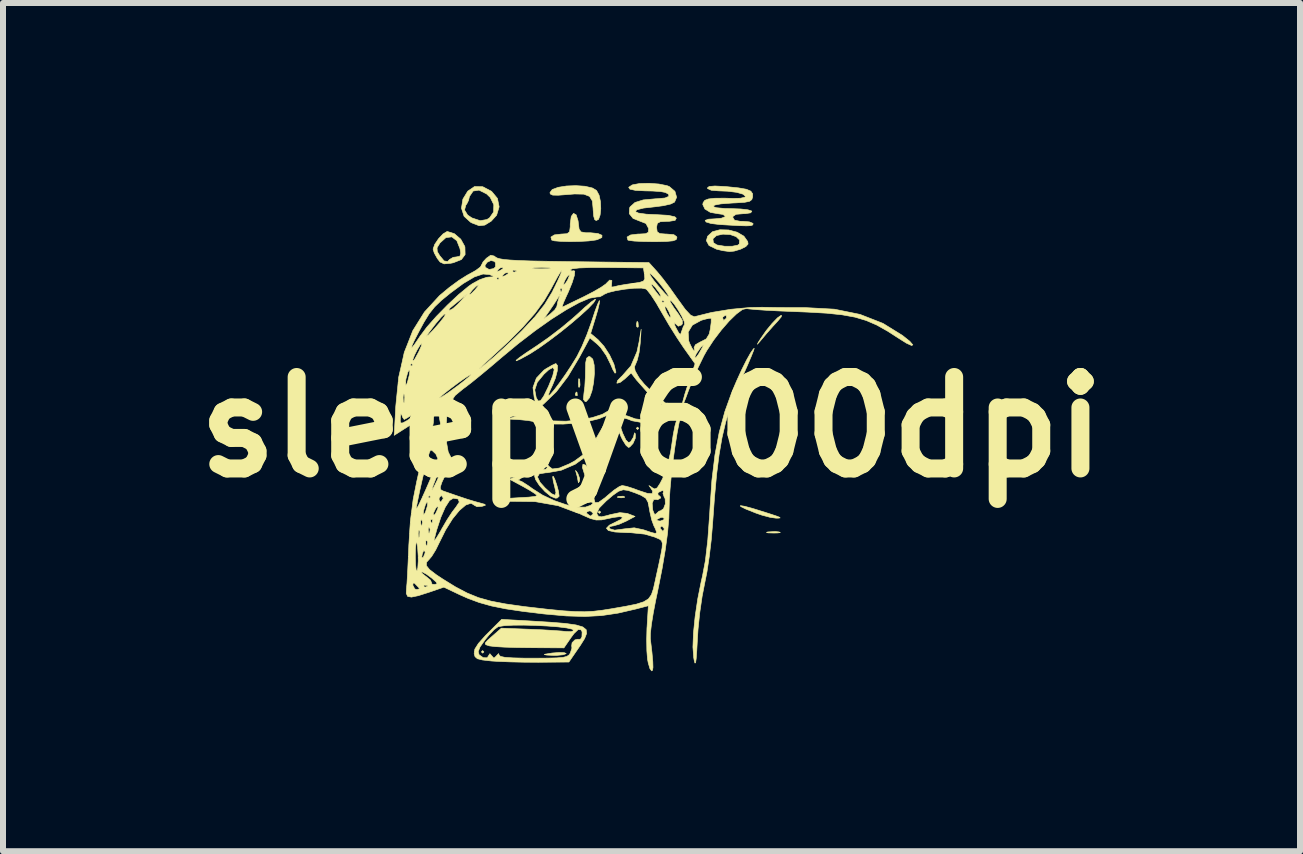
<source format=kicad_pcb>
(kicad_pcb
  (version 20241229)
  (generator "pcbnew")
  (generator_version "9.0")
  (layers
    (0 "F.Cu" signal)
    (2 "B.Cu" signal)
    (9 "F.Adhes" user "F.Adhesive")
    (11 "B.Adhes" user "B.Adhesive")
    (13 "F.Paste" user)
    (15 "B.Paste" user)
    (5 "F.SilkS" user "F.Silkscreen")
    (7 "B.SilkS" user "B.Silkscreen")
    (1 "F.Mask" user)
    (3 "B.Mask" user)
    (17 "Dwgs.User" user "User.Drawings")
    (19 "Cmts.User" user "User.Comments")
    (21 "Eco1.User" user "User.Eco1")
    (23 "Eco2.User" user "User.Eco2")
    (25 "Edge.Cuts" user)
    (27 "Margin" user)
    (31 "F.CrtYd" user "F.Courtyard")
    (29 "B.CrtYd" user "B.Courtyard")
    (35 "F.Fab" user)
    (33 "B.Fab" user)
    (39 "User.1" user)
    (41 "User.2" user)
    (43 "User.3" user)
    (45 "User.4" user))
  (footprint "sleepy600dpi"
    (layer "F.Cu")
    (at 7.809 4.068)
    (property "Reference" "sleepy600dpi" (at 0 0 0) (layer "F.SilkS") (effects (font (size 1.524 1.524) (thickness 0.3))))
    (attr through_hole)
    (fp_poly (pts (xy -2.794 3.747) (xy -2.815 3.768) (xy -2.836 3.747) (xy -2.815 3.725) (xy -2.794 3.747)) (stroke (width 0.01) (type solid)) (fill yes) (layer "F.SilkS"))
    (fp_poly (pts (xy -0.847 1.418) (xy -0.868 1.439) (xy -0.889 1.418) (xy -0.868 1.397) (xy -0.847 1.418)) (stroke (width 0.01) (type solid)) (fill yes) (layer "F.SilkS"))
    (fp_poly (pts (xy -0.212 0.021) (xy -0.233 0.042) (xy -0.254 0.021) (xy -0.233 0) (xy -0.212 0.021)) (stroke (width 0.01) (type solid)) (fill yes) (layer "F.SilkS"))
    (fp_poly (pts (xy -1.242 -0.579) (xy -1.237 -0.528) (xy -1.242 -0.522) (xy -1.267 -0.528) (xy -1.27 -0.55) (xy -1.255 -0.585) (xy -1.242 -0.579)) (stroke (width 0.01) (type solid)) (fill yes) (layer "F.SilkS"))
    (fp_poly (pts (xy -0.455 1.157) (xy -0.45 1.173) (xy -0.508 1.179) (xy -0.568 1.172) (xy -0.561 1.157) (xy -0.474 1.152) (xy -0.455 1.157)) (stroke (width 0.01) (type solid)) (fill yes) (layer "F.SilkS"))
    (fp_poly (pts (xy -0.225 -1.744) (xy -0.22 -1.677) (xy -0.228 -1.662) (xy -0.248 -1.675) (xy -0.251 -1.718) (xy -0.24 -1.763) (xy -0.225 -1.744)) (stroke (width 0.01) (type solid)) (fill yes) (layer "F.SilkS"))
    (fp_poly (pts (xy -1.2 -0.8) (xy -1.198 -0.793) (xy -1.192 -0.701) (xy -1.2 -0.666) (xy -1.214 -0.665) (xy -1.219 -0.731) (xy -1.219 -0.741) (xy -1.213 -0.806) (xy -1.2 -0.8)) (stroke (width 0.01) (type solid)) (fill yes) (layer "F.SilkS"))
    (fp_poly (pts (xy 2.127 1.748) (xy 2.147 1.759) (xy 2.094 1.765) (xy 2.032 1.766) (xy 1.94 1.763) (xy 1.915 1.755) (xy 1.937 1.748) (xy 2.06 1.741) (xy 2.127 1.748)) (stroke (width 0.01) (type solid)) (fill yes) (layer "F.SilkS"))
    (fp_poly (pts (xy -1.249 0.742) (xy -1.228 0.774) (xy -1.197 0.858) (xy -1.2 0.901) (xy -1.219 0.928) (xy -1.224 0.903) (xy -1.239 0.822) (xy -1.252 0.776) (xy -1.267 0.722) (xy -1.249 0.742)) (stroke (width 0.01) (type solid)) (fill yes) (layer "F.SilkS"))
    (fp_poly (pts (xy -1.454 3.76) (xy -1.423 3.774) (xy -1.424 3.777) (xy -1.475 3.795) (xy -1.58 3.805) (xy -1.643 3.805) (xy -1.745 3.8) (xy -1.787 3.792) (xy -1.778 3.786) (xy -1.657 3.766) (xy -1.54 3.757) (xy -1.454 3.76)) (stroke (width 0.01) (type solid)) (fill yes) (layer "F.SilkS"))
    (fp_poly (pts (xy 1.556 1.321) (xy 1.708 1.363) (xy 1.762 1.38) (xy 1.953 1.44) (xy 2.074 1.48) (xy 2.134 1.503) (xy 2.143 1.514) (xy 2.112 1.518) (xy 2.074 1.518) (xy 1.976 1.504) (xy 1.837 1.467) (xy 1.736 1.432) (xy 1.571 1.366) (xy 1.486 1.324) (xy 1.481 1.309) (xy 1.556 1.321)) (stroke (width 0.01) (type solid)) (fill yes) (layer "F.SilkS"))
    (fp_poly (pts (xy 2.162 -1.837) (xy 2.111 -1.775) (xy 2.104 -1.767) (xy 2.021 -1.677) (xy 1.916 -1.558) (xy 1.87 -1.503) (xy 1.791 -1.41) (xy 1.763 -1.38) (xy 1.779 -1.412) (xy 1.824 -1.482) (xy 1.914 -1.611) (xy 2.012 -1.73) (xy 2.099 -1.82) (xy 2.159 -1.862) (xy 2.165 -1.863) (xy 2.162 -1.837)) (stroke (width 0.01) (type solid)) (fill yes) (layer "F.SilkS"))
    (fp_poly (pts (xy -0.98 -1.133) (xy -0.956 -1.033) (xy -0.952 -0.897) (xy -0.965 -0.745) (xy -0.993 -0.602) (xy -1.034 -0.489) (xy -1.085 -0.428) (xy -1.105 -0.423) (xy -1.135 -0.46) (xy -1.127 -0.556) (xy -1.112 -0.674) (xy -1.103 -0.833) (xy -1.101 -0.934) (xy -1.097 -1.074) (xy -1.082 -1.148) (xy -1.05 -1.174) (xy -1.027 -1.174) (xy -0.98 -1.133)) (stroke (width 0.01) (type solid)) (fill yes) (layer "F.SilkS"))
    (fp_poly (pts (xy -0.964 -2.074) (xy -1.052 -1.981) (xy -1.183 -1.861) (xy -1.343 -1.724) (xy -1.52 -1.581) (xy -1.701 -1.444) (xy -1.871 -1.322) (xy -2.019 -1.226) (xy -2.04 -1.214) (xy -2.18 -1.137) (xy -2.252 -1.104) (xy -2.258 -1.112) (xy -2.201 -1.159) (xy -2.083 -1.242) (xy -1.922 -1.348) (xy -1.718 -1.49) (xy -1.499 -1.657) (xy -1.302 -1.822) (xy -1.235 -1.882) (xy -1.108 -1.999) (xy -1.007 -2.084) (xy -0.945 -2.127) (xy -0.931 -2.128) (xy -0.964 -2.074)) (stroke (width 0.01) (type solid)) (fill yes) (layer "F.SilkS"))
    (fp_poly (pts (xy -1.11 -4.014) (xy -0.986 -3.985) (xy -0.917 -3.944) (xy -0.874 -3.865) (xy -0.851 -3.757) (xy -0.846 -3.64) (xy -0.857 -3.534) (xy -0.883 -3.462) (xy -0.922 -3.442) (xy -0.947 -3.458) (xy -0.964 -3.515) (xy -0.973 -3.62) (xy -0.974 -3.643) (xy -0.986 -3.768) (xy -1.033 -3.845) (xy -1.128 -3.882) (xy -1.284 -3.885) (xy -1.397 -3.876) (xy -1.556 -3.864) (xy -1.647 -3.866) (xy -1.687 -3.885) (xy -1.693 -3.908) (xy -1.655 -3.959) (xy -1.556 -3.996) (xy -1.417 -4.018) (xy -1.261 -4.024) (xy -1.11 -4.014)) (stroke (width 0.01) (type solid)) (fill yes) (layer "F.SilkS"))
    (fp_poly (pts (xy -1.256 -3.537) (xy -1.224 -3.436) (xy -1.22 -3.397) (xy -1.207 -3.299) (xy -1.175 -3.253) (xy -1.099 -3.239) (xy -1.02 -3.239) (xy -0.893 -3.226) (xy -0.826 -3.197) (xy -0.828 -3.159) (xy -0.904 -3.124) (xy -0.935 -3.117) (xy -1.05 -3.102) (xy -1.201 -3.094) (xy -1.362 -3.091) (xy -1.51 -3.095) (xy -1.619 -3.104) (xy -1.664 -3.117) (xy -1.677 -3.167) (xy -1.62 -3.203) (xy -1.504 -3.217) (xy -1.5 -3.217) (xy -1.407 -3.223) (xy -1.366 -3.255) (xy -1.355 -3.338) (xy -1.355 -3.387) (xy -1.338 -3.511) (xy -1.3 -3.562) (xy -1.256 -3.537)) (stroke (width 0.01) (type solid)) (fill yes) (layer "F.SilkS"))
    (fp_poly (pts (xy 1.285 -3.285) (xy 1.426 -3.248) (xy 1.539 -3.182) (xy 1.603 -3.092) (xy 1.609 -3.051) (xy 1.572 -3.009) (xy 1.485 -2.965) (xy 1.378 -2.933) (xy 1.3 -2.925) (xy 1.189 -2.94) (xy 1.083 -2.965) (xy 0.958 -3.026) (xy 0.914 -3.107) (xy 0.923 -3.138) (xy 1.023 -3.138) (xy 1.031 -3.073) (xy 1.09 -3.035) (xy 1.219 -3.014) (xy 1.345 -3.014) (xy 1.437 -3.032) (xy 1.462 -3.05) (xy 1.468 -3.118) (xy 1.41 -3.174) (xy 1.31 -3.209) (xy 1.189 -3.215) (xy 1.083 -3.192) (xy 1.023 -3.138) (xy 0.923 -3.138) (xy 0.934 -3.18) (xy 1.016 -3.256) (xy 1.14 -3.289) (xy 1.285 -3.285)) (stroke (width 0.01) (type solid)) (fill yes) (layer "F.SilkS"))
    (fp_poly (pts (xy -2.813 -4.006) (xy -2.666 -3.929) (xy -2.568 -3.811) (xy -2.54 -3.671) (xy -2.582 -3.531) (xy -2.672 -3.432) (xy -2.78 -3.366) (xy -2.873 -3.356) (xy -2.99 -3.401) (xy -3.014 -3.413) (xy -3.124 -3.513) (xy -3.158 -3.618) (xy -3.117 -3.618) (xy -3.065 -3.534) (xy -2.994 -3.486) (xy -2.856 -3.44) (xy -2.744 -3.459) (xy -2.699 -3.488) (xy -2.632 -3.585) (xy -2.629 -3.707) (xy -2.688 -3.827) (xy -2.749 -3.886) (xy -2.875 -3.949) (xy -2.973 -3.934) (xy -3.035 -3.843) (xy -3.05 -3.778) (xy -3.079 -3.72) (xy -3.095 -3.699) (xy -3.117 -3.618) (xy -3.158 -3.618) (xy -3.168 -3.648) (xy -3.144 -3.799) (xy -3.063 -3.932) (xy -2.95 -4.009) (xy -2.813 -4.006)) (stroke (width 0.01) (type solid)) (fill yes) (layer "F.SilkS"))
    (fp_poly (pts (xy -3.286 -3.223) (xy -3.18 -3.132) (xy -3.113 -3.012) (xy -3.11 -2.998) (xy -3.107 -2.875) (xy -3.169 -2.792) (xy -3.303 -2.739) (xy -3.348 -2.73) (xy -3.457 -2.72) (xy -3.524 -2.751) (xy -3.57 -2.81) (xy -3.621 -2.902) (xy -3.641 -2.966) (xy -3.633 -2.988) (xy -3.575 -2.988) (xy -3.571 -2.925) (xy -3.531 -2.858) (xy -3.457 -2.769) (xy -3.397 -2.76) (xy -3.365 -2.794) (xy -3.306 -2.829) (xy -3.252 -2.836) (xy -3.194 -2.848) (xy -3.18 -2.898) (xy -3.192 -2.972) (xy -3.245 -3.106) (xy -3.328 -3.17) (xy -3.427 -3.158) (xy -3.526 -3.069) (xy -3.575 -2.988) (xy -3.633 -2.988) (xy -3.614 -3.044) (xy -3.55 -3.139) (xy -3.474 -3.22) (xy -3.409 -3.259) (xy -3.403 -3.26) (xy -3.286 -3.223)) (stroke (width 0.01) (type solid)) (fill yes) (layer "F.SilkS"))
    (fp_poly (pts (xy -0.38 -0.179) (xy -0.376 -0.176) (xy -0.271 -0.137) (xy -0.191 -0.127) (xy -0.106 -0.105) (xy -0.085 -0.064) (xy -0.109 -0.007) (xy -0.129 0) (xy -0.155 -0.026) (xy -0.148 -0.042) (xy -0.162 -0.075) (xy -0.212 -0.085) (xy -0.324 -0.105) (xy -0.388 -0.131) (xy -0.481 -0.158) (xy -0.527 -0.119) (xy -0.522 -0.019) (xy -0.482 0.1) (xy -0.428 0.214) (xy -0.385 0.257) (xy -0.35 0.246) (xy -0.3 0.166) (xy -0.293 0.132) (xy -0.282 0.096) (xy -0.269 0.114) (xy -0.271 0.188) (xy -0.309 0.274) (xy -0.363 0.332) (xy -0.385 0.339) (xy -0.426 0.303) (xy -0.482 0.214) (xy -0.509 0.159) (xy -0.559 0.034) (xy -0.588 -0.069) (xy -0.592 -0.097) (xy -0.559 -0.174) (xy -0.479 -0.205) (xy -0.38 -0.179)) (stroke (width 0.01) (type solid)) (fill yes) (layer "F.SilkS"))
    (fp_poly (pts (xy 1.701 -1.276) (xy 1.662 -1.178) (xy 1.6 -1.032) (xy 1.521 -0.853) (xy 1.516 -0.842) (xy 1.403 -0.577) (xy 1.311 -0.329) (xy 1.236 -0.083) (xy 1.175 0.175) (xy 1.126 0.46) (xy 1.085 0.786) (xy 1.05 1.168) (xy 1.018 1.609) (xy 0.995 1.882) (xy 0.962 2.16) (xy 0.924 2.413) (xy 0.886 2.603) (xy 0.843 2.823) (xy 0.804 3.091) (xy 0.775 3.371) (xy 0.766 3.514) (xy 0.754 3.727) (xy 0.744 3.862) (xy 0.734 3.929) (xy 0.723 3.933) (xy 0.71 3.882) (xy 0.703 3.842) (xy 0.69 3.667) (xy 0.699 3.432) (xy 0.727 3.156) (xy 0.771 2.86) (xy 0.83 2.565) (xy 0.848 2.489) (xy 0.898 2.225) (xy 0.938 1.878) (xy 0.969 1.449) (xy 0.973 1.376) (xy 1.006 0.887) (xy 1.057 0.464) (xy 1.128 0.089) (xy 1.222 -0.258) (xy 1.339 -0.583) (xy 1.418 -0.769) (xy 1.501 -0.951) (xy 1.581 -1.111) (xy 1.65 -1.234) (xy 1.698 -1.303) (xy 1.712 -1.312) (xy 1.701 -1.276)) (stroke (width 0.01) (type solid)) (fill yes) (layer "F.SilkS"))
    (fp_poly (pts (xy 1.227 -4.009) (xy 1.243 -4.008) (xy 1.447 -3.987) (xy 1.58 -3.964) (xy 1.655 -3.932) (xy 1.685 -3.888) (xy 1.685 -3.836) (xy 1.671 -3.791) (xy 1.632 -3.762) (xy 1.551 -3.746) (xy 1.409 -3.737) (xy 1.344 -3.734) (xy 1.157 -3.72) (xy 1.051 -3.7) (xy 1.025 -3.676) (xy 1.081 -3.656) (xy 1.219 -3.643) (xy 1.331 -3.641) (xy 1.487 -3.635) (xy 1.607 -3.621) (xy 1.669 -3.601) (xy 1.672 -3.598) (xy 1.653 -3.571) (xy 1.564 -3.557) (xy 1.526 -3.556) (xy 1.408 -3.546) (xy 1.358 -3.512) (xy 1.355 -3.493) (xy 1.383 -3.448) (xy 1.475 -3.43) (xy 1.524 -3.429) (xy 1.63 -3.42) (xy 1.689 -3.396) (xy 1.693 -3.387) (xy 1.685 -3.368) (xy 1.653 -3.357) (xy 1.583 -3.354) (xy 1.463 -3.357) (xy 1.279 -3.367) (xy 1.132 -3.376) (xy 0.991 -3.393) (xy 0.909 -3.418) (xy 0.894 -3.445) (xy 0.951 -3.465) (xy 1.058 -3.471) (xy 1.164 -3.481) (xy 1.223 -3.504) (xy 1.228 -3.514) (xy 1.191 -3.544) (xy 1.109 -3.556) (xy 0.981 -3.578) (xy 0.89 -3.634) (xy 0.854 -3.709) (xy 0.86 -3.74) (xy 0.888 -3.779) (xy 0.949 -3.802) (xy 1.055 -3.814) (xy 1.222 -3.815) (xy 1.365 -3.811) (xy 1.482 -3.814) (xy 1.555 -3.831) (xy 1.566 -3.844) (xy 1.527 -3.881) (xy 1.421 -3.912) (xy 1.268 -3.931) (xy 1.117 -3.937) (xy 0.996 -3.947) (xy 0.935 -3.975) (xy 0.931 -3.986) (xy 0.961 -4.01) (xy 1.057 -4.018) (xy 1.227 -4.009)) (stroke (width 0.01) (type solid)) (fill yes) (layer "F.SilkS"))
    (fp_poly (pts (xy 0.123 -4.051) (xy 0.257 -4.024) (xy 0.296 -4.009) (xy 0.39 -3.929) (xy 0.418 -3.83) (xy 0.384 -3.75) (xy 0.32 -3.718) (xy 0.199 -3.69) (xy 0.061 -3.672) (xy -0.133 -3.65) (xy -0.244 -3.622) (xy -0.272 -3.593) (xy -0.219 -3.567) (xy -0.085 -3.548) (xy 0.09 -3.54) (xy 0.28 -3.529) (xy 0.388 -3.505) (xy 0.413 -3.482) (xy 0.393 -3.445) (xy 0.298 -3.43) (xy 0.258 -3.429) (xy 0.147 -3.423) (xy 0.097 -3.397) (xy 0.085 -3.336) (xy 0.085 -3.323) (xy 0.094 -3.255) (xy 0.138 -3.225) (xy 0.239 -3.217) (xy 0.254 -3.217) (xy 0.372 -3.207) (xy 0.42 -3.172) (xy 0.423 -3.154) (xy 0.409 -3.123) (xy 0.356 -3.104) (xy 0.25 -3.094) (xy 0.076 -3.09) (xy 0.028 -3.09) (xy -0.147 -3.093) (xy -0.288 -3.1) (xy -0.376 -3.111) (xy -0.394 -3.117) (xy -0.408 -3.167) (xy -0.349 -3.202) (xy -0.227 -3.217) (xy -0.206 -3.217) (xy -0.098 -3.223) (xy -0.053 -3.247) (xy -0.049 -3.304) (xy -0.05 -3.312) (xy -0.093 -3.393) (xy -0.186 -3.429) (xy -0.307 -3.477) (xy -0.371 -3.557) (xy -0.366 -3.652) (xy -0.356 -3.671) (xy -0.276 -3.743) (xy -0.139 -3.786) (xy 0.068 -3.805) (xy 0.095 -3.806) (xy 0.225 -3.818) (xy 0.29 -3.846) (xy 0.283 -3.882) (xy 0.229 -3.911) (xy 0.153 -3.925) (xy 0.023 -3.934) (xy -0.109 -3.937) (xy -0.267 -3.945) (xy -0.36 -3.965) (xy -0.381 -3.996) (xy -0.325 -4.034) (xy -0.314 -4.038) (xy -0.2 -4.059) (xy -0.042 -4.063) (xy 0.123 -4.051)) (stroke (width 0.01) (type solid)) (fill yes) (layer "F.SilkS"))
    (fp_poly (pts (xy -2 3.233) (xy -1.678 3.253) (xy -1.433 3.273) (xy -1.258 3.298) (xy -1.146 3.331) (xy -1.089 3.377) (xy -1.082 3.44) (xy -1.115 3.524) (xy -1.183 3.633) (xy -1.216 3.681) (xy -1.377 3.916) (xy -1.884 3.92) (xy -2.117 3.919) (xy -2.349 3.914) (xy -2.551 3.906) (xy -2.667 3.899) (xy -2.817 3.882) (xy -2.902 3.861) (xy -2.942 3.826) (xy -2.956 3.775) (xy -2.951 3.743) (xy -2.889 3.743) (xy -2.874 3.794) (xy -2.874 3.795) (xy -2.804 3.844) (xy -2.738 3.845) (xy -2.709 3.799) (xy -2.694 3.777) (xy -2.666 3.81) (xy -2.627 3.852) (xy -2.589 3.818) (xy -2.583 3.81) (xy -2.548 3.775) (xy -2.541 3.799) (xy -2.518 3.822) (xy -2.443 3.838) (xy -2.307 3.847) (xy -2.101 3.852) (xy -1.97 3.852) (xy -1.739 3.851) (xy -1.579 3.847) (xy -1.474 3.838) (xy -1.411 3.822) (xy -1.374 3.797) (xy -1.354 3.767) (xy -1.327 3.685) (xy -1.331 3.645) (xy -1.324 3.594) (xy -1.277 3.547) (xy -1.224 3.535) (xy -1.214 3.541) (xy -1.18 3.532) (xy -1.16 3.496) (xy -1.157 3.412) (xy -1.176 3.379) (xy -1.223 3.375) (xy -1.293 3.442) (xy -1.341 3.507) (xy -1.46 3.68) (xy -2.032 3.677) (xy -2.252 3.674) (xy -2.449 3.668) (xy -2.603 3.659) (xy -2.696 3.648) (xy -2.705 3.646) (xy -2.763 3.627) (xy -2.773 3.601) (xy -2.729 3.551) (xy -2.655 3.485) (xy -2.503 3.352) (xy -2.024 3.37) (xy -1.819 3.379) (xy -1.636 3.39) (xy -1.496 3.4) (xy -1.43 3.407) (xy -1.339 3.41) (xy -1.294 3.391) (xy -1.319 3.369) (xy -1.412 3.348) (xy -1.557 3.33) (xy -1.735 3.316) (xy -1.93 3.306) (xy -2.127 3.301) (xy -2.306 3.302) (xy -2.453 3.31) (xy -2.55 3.325) (xy -2.56 3.329) (xy -2.623 3.375) (xy -2.711 3.468) (xy -2.775 3.546) (xy -2.859 3.666) (xy -2.889 3.743) (xy -2.951 3.743) (xy -2.945 3.701) (xy -2.885 3.606) (xy -2.769 3.476) (xy -2.734 3.441) (xy -2.498 3.205) (xy -2 3.233)) (stroke (width 0.01) (type solid)) (fill yes) (layer "F.SilkS"))
    (fp_poly (pts (xy -0.87 -2.063) (xy -0.894 -1.959) (xy -0.933 -1.826) (xy -1.015 -1.56) (xy -0.892 -1.457) (xy -0.792 -1.346) (xy -0.698 -1.2) (xy -0.627 -1.049) (xy -0.595 -0.923) (xy -0.595 -0.907) (xy -0.609 -0.898) (xy -0.643 -0.955) (xy -0.682 -1.046) (xy -0.755 -1.194) (xy -0.848 -1.326) (xy -0.897 -1.376) (xy -1.028 -1.487) (xy -1.202 -1.164) (xy -1.393 -0.844) (xy -1.585 -0.591) (xy -1.794 -0.389) (xy -1.873 -0.327) (xy -1.973 -0.249) (xy -2.019 -0.195) (xy -2.005 -0.159) (xy -1.924 -0.135) (xy -1.769 -0.115) (xy -1.641 -0.103) (xy -1.427 -0.098) (xy -1.203 -0.118) (xy -0.992 -0.157) (xy -0.821 -0.212) (xy -0.726 -0.266) (xy -0.681 -0.295) (xy -0.682 -0.261) (xy -0.684 -0.254) (xy -0.745 -0.194) (xy -0.871 -0.141) (xy -1.047 -0.097) (xy -1.252 -0.066) (xy -1.47 -0.05) (xy -1.682 -0.051) (xy -1.871 -0.073) (xy -1.926 -0.085) (xy -2.056 -0.109) (xy -2.206 -0.124) (xy -2.223 -0.125) (xy -2.392 -0.134) (xy -2.223 -0.195) (xy -2.059 -0.262) (xy -1.967 -0.323) (xy -1.935 -0.392) (xy -1.95 -0.481) (xy -1.956 -0.496) (xy -1.971 -0.62) (xy -1.946 -0.62) (xy -1.922 -0.49) (xy -1.889 -0.435) (xy -1.85 -0.44) (xy -1.798 -0.513) (xy -1.727 -0.658) (xy -1.717 -0.679) (xy -1.647 -0.853) (xy -1.622 -0.958) (xy -1.644 -0.992) (xy -1.712 -0.956) (xy -1.792 -0.883) (xy -1.905 -0.745) (xy -1.946 -0.62) (xy -1.971 -0.62) (xy -1.976 -0.659) (xy -1.919 -0.816) (xy -1.793 -0.949) (xy -1.757 -0.973) (xy -1.662 -1.028) (xy -1.6 -1.057) (xy -1.593 -1.058) (xy -1.567 -1.024) (xy -1.571 -0.935) (xy -1.602 -0.816) (xy -1.65 -0.7) (xy -1.698 -0.597) (xy -1.721 -0.531) (xy -1.72 -0.52) (xy -1.688 -0.542) (xy -1.622 -0.619) (xy -1.534 -0.736) (xy -1.435 -0.876) (xy -1.337 -1.024) (xy -1.252 -1.162) (xy -1.238 -1.186) (xy -1.16 -1.343) (xy -1.076 -1.543) (xy -1.003 -1.745) (xy -0.994 -1.773) (xy -0.943 -1.928) (xy -0.9 -2.044) (xy -0.872 -2.104) (xy -0.866 -2.108) (xy -0.87 -2.063)) (stroke (width 0.01) (type solid)) (fill yes) (layer "F.SilkS"))
    (fp_poly (pts (xy -2.623 -2.851) (xy -2.601 -2.834) (xy -2.574 -2.818) (xy -2.529 -2.805) (xy -2.459 -2.793) (xy -2.357 -2.784) (xy -2.214 -2.776) (xy -2.022 -2.769) (xy -1.775 -2.764) (xy -1.463 -2.759) (xy -1.08 -2.754) (xy -0.773 -2.75) (xy -0.044 -2.742) (xy 0.095 -2.588) (xy 0.185 -2.479) (xy 0.3 -2.327) (xy 0.417 -2.162) (xy 0.442 -2.127) (xy 0.563 -1.96) (xy 0.651 -1.866) (xy 0.711 -1.839) (xy 0.717 -1.84) (xy 0.998 -1.91) (xy 1.32 -1.963) (xy 1.64 -1.993) (xy 1.841 -1.997) (xy 2.071 -1.993) (xy 2.321 -1.991) (xy 2.544 -1.991) (xy 2.566 -1.991) (xy 3.047 -1.965) (xy 3.475 -1.878) (xy 3.858 -1.728) (xy 4.18 -1.529) (xy 4.304 -1.43) (xy 4.355 -1.371) (xy 4.336 -1.359) (xy 4.251 -1.397) (xy 4.138 -1.468) (xy 3.936 -1.598) (xy 3.755 -1.7) (xy 3.579 -1.776) (xy 3.392 -1.832) (xy 3.177 -1.871) (xy 2.919 -1.898) (xy 2.602 -1.916) (xy 2.381 -1.925) (xy 2.136 -1.935) (xy 1.919 -1.946) (xy 1.744 -1.958) (xy 1.625 -1.969) (xy 1.583 -1.976) (xy 1.516 -1.96) (xy 1.416 -1.886) (xy 1.294 -1.768) (xy 1.163 -1.617) (xy 1.035 -1.449) (xy 0.921 -1.275) (xy 0.872 -1.188) (xy 0.778 -0.995) (xy 0.684 -0.782) (xy 0.613 -0.601) (xy 0.565 -0.471) (xy 0.529 -0.387) (xy 0.512 -0.367) (xy 0.511 -0.37) (xy 0.523 -0.433) (xy 0.556 -0.552) (xy 0.605 -0.704) (xy 0.617 -0.739) (xy 0.726 -1.055) (xy 0.649 -1.164) (xy 0.721 -1.164) (xy 0.738 -1.156) (xy 0.782 -1.213) (xy 0.844 -1.321) (xy 0.851 -1.333) (xy 0.864 -1.371) (xy 0.83 -1.339) (xy 0.808 -1.312) (xy 0.748 -1.226) (xy 0.721 -1.165) (xy 0.721 -1.164) (xy 0.649 -1.164) (xy 0.537 -1.321) (xy 0.423 -1.492) (xy 0.294 -1.697) (xy 0.178 -1.896) (xy 0.163 -1.922) (xy 0.109 -2.015) (xy 0.223 -2.015) (xy 0.227 -1.97) (xy 0.259 -1.897) (xy 0.298 -1.835) (xy 0.318 -1.82) (xy 0.317 -1.853) (xy 0.289 -1.926) (xy 0.248 -1.997) (xy 0.223 -2.015) (xy 0.109 -2.015) (xy 0.073 -2.077) (xy 0.061 -2.095) (xy 0.169 -2.095) (xy 0.191 -2.074) (xy 0.212 -2.095) (xy 0.191 -2.117) (xy 0.308 -2.117) (xy 0.312 -2.085) (xy 0.371 -1.991) (xy 0.451 -1.881) (xy 0.512 -1.783) (xy 0.514 -1.721) (xy 0.5 -1.702) (xy 0.447 -1.681) (xy 0.393 -1.727) (xy 0.373 -1.741) (xy 0.39 -1.69) (xy 0.409 -1.651) (xy 0.457 -1.563) (xy 0.484 -1.545) (xy 0.498 -1.584) (xy 0.611 -1.584) (xy 0.62 -1.438) (xy 0.634 -1.399) (xy 0.675 -1.315) (xy 0.708 -1.27) (xy 0.72 -1.277) (xy 0.708 -1.323) (xy 0.731 -1.372) (xy 0.813 -1.419) (xy 0.821 -1.422) (xy 0.913 -1.47) (xy 0.961 -1.55) (xy 0.98 -1.634) (xy 0.994 -1.742) (xy 0.995 -1.807) (xy 0.993 -1.814) (xy 0.948 -1.812) (xy 0.854 -1.787) (xy 0.826 -1.778) (xy 0.681 -1.699) (xy 0.611 -1.584) (xy 0.498 -1.584) (xy 0.499 -1.587) (xy 0.53 -1.676) (xy 0.552 -1.71) (xy 0.546 -1.758) (xy 0.517 -1.82) (xy 1.185 -1.82) (xy 1.2 -1.779) (xy 1.204 -1.778) (xy 1.24 -1.808) (xy 1.249 -1.82) (xy 1.245 -1.859) (xy 1.23 -1.863) (xy 1.187 -1.832) (xy 1.185 -1.82) (xy 0.517 -1.82) (xy 0.505 -1.847) (xy 0.444 -1.952) (xy 0.379 -2.048) (xy 0.325 -2.108) (xy 0.308 -2.117) (xy 0.191 -2.117) (xy 0.169 -2.095) (xy 0.061 -2.095) (xy -0.011 -2.205) (xy -0.075 -2.286) (xy -0.093 -2.301) (xy -0.167 -2.316) (xy -0.294 -2.314) (xy -0.446 -2.298) (xy -0.598 -2.273) (xy -0.724 -2.242) (xy -0.798 -2.209) (xy -0.804 -2.202) (xy -0.861 -2.172) (xy -0.911 -2.169) (xy -1.032 -2.148) (xy -1.205 -2.075) (xy -1.42 -1.956) (xy -1.668 -1.799) (xy -1.938 -1.608) (xy -2.222 -1.39) (xy -2.498 -1.161) (xy -2.682 -1.004) (xy -2.857 -0.859) (xy -3.005 -0.739) (xy -3.112 -0.657) (xy -3.139 -0.638) (xy -3.274 -0.526) (xy -3.361 -0.396) (xy -3.409 -0.227) (xy -3.424 -0.001) (xy -3.424 0.064) (xy -3.414 0.271) (xy -3.389 0.412) (xy -3.363 0.466) (xy -3.338 0.513) (xy -3.343 0.578) (xy -3.382 0.682) (xy -3.43 0.784) (xy -3.494 0.92) (xy -3.521 1) (xy -3.516 1.041) (xy -3.481 1.062) (xy -3.48 1.063) (xy -3.243 1.145) (xy -3.07 1.203) (xy -2.945 1.241) (xy -2.857 1.265) (xy -2.776 1.288) (xy -2.77 1.304) (xy -2.826 1.321) (xy -2.909 1.327) (xy -2.945 1.308) (xy -3.007 1.269) (xy -3.096 1.299) (xy -3.202 1.389) (xy -3.317 1.53) (xy -3.432 1.714) (xy -3.531 1.913) (xy -3.597 2.047) (xy -3.663 2.154) (xy -3.7 2.198) (xy -3.75 2.253) (xy -3.753 2.309) (xy -3.7 2.375) (xy -3.585 2.463) (xy -3.479 2.533) (xy -3.265 2.665) (xy -3.073 2.766) (xy -2.884 2.843) (xy -2.676 2.901) (xy -2.43 2.948) (xy -2.126 2.991) (xy -2.032 3.002) (xy -1.72 3.038) (xy -1.474 3.062) (xy -1.278 3.075) (xy -1.114 3.078) (xy -0.966 3.07) (xy -0.816 3.052) (xy -0.677 3.03) (xy -0.43 2.987) (xy -0.252 2.951) (xy -0.13 2.912) (xy -0.051 2.863) (xy -0.002 2.794) (xy 0.031 2.697) (xy 0.061 2.563) (xy 0.064 2.548) (xy 0.118 2.304) (xy 0.155 2.129) (xy 0.176 2.012) (xy 0.18 1.938) (xy 0.167 1.895) (xy 0.137 1.87) (xy 0.089 1.849) (xy 0.049 1.832) (xy -0.116 1.784) (xy -0.341 1.761) (xy -0.42 1.759) (xy -0.609 1.749) (xy -0.72 1.724) (xy -0.752 1.686) (xy -0.703 1.635) (xy -0.61 1.589) (xy -0.506 1.537) (xy -0.481 1.503) (xy -0.528 1.492) (xy -0.642 1.507) (xy -0.715 1.523) (xy -0.832 1.547) (xy -0.923 1.549) (xy -1.019 1.524) (xy -1.151 1.466) (xy -1.193 1.446) (xy -1.271 1.418) (xy -1.083 1.418) (xy -1.079 1.439) (xy -1.025 1.48) (xy -1.014 1.482) (xy -0.975 1.449) (xy -0.974 1.439) (xy -0.979 1.433) (xy -0.911 1.433) (xy -0.908 1.452) (xy -0.883 1.489) (xy -0.832 1.496) (xy -0.733 1.473) (xy -0.691 1.46) (xy -0.528 1.426) (xy -0.405 1.439) (xy -0.387 1.446) (xy -0.275 1.489) (xy -0.423 1.568) (xy -0.541 1.62) (xy -0.64 1.648) (xy -0.654 1.649) (xy -0.708 1.663) (xy -0.693 1.695) (xy -0.615 1.718) (xy -0.468 1.699) (xy -0.466 1.698) (xy -0.288 1.679) (xy -0.131 1.713) (xy -0.005 1.756) (xy 0.06 1.772) (xy 0.083 1.763) (xy 0.085 1.754) (xy 0.067 1.702) (xy 0.055 1.677) (xy 0.142 1.677) (xy 0.148 1.693) (xy 0.186 1.734) (xy 0.193 1.736) (xy 0.211 1.703) (xy 0.212 1.693) (xy 0.179 1.653) (xy 0.167 1.651) (xy 0.142 1.677) (xy 0.055 1.677) (xy 0.038 1.643) (xy 0.004 1.55) (xy 0.085 1.55) (xy 0.119 1.564) (xy 0.148 1.566) (xy 0.205 1.544) (xy 0.212 1.525) (xy 0.181 1.502) (xy 0.148 1.509) (xy 0.092 1.539) (xy 0.085 1.55) (xy 0.004 1.55) (xy 0.003 1.547) (xy -0.028 1.412) (xy -0.036 1.366) (xy -0.054 1.271) (xy 0.011 1.271) (xy 0.019 1.373) (xy 0.022 1.389) (xy 0.049 1.453) (xy 0.072 1.451) (xy 0.072 1.45) (xy 0.125 1.401) (xy 0.147 1.397) (xy 0.199 1.362) (xy 0.23 1.281) (xy 0.227 1.195) (xy 0.21 1.162) (xy 0.19 1.104) (xy 0.198 1.086) (xy 0.194 1.06) (xy 0.179 1.058) (xy 0.114 1.089) (xy 0.106 1.101) (xy 0.111 1.14) (xy 0.127 1.143) (xy 0.154 1.169) (xy 0.148 1.186) (xy 0.099 1.212) (xy 0.085 1.206) (xy 0.036 1.208) (xy 0.011 1.271) (xy -0.054 1.271) (xy -0.058 1.253) (xy -0.096 1.185) (xy -0.175 1.137) (xy -0.271 1.098) (xy -0.387 1.057) (xy -0.471 1.045) (xy -0.548 1.069) (xy -0.642 1.135) (xy -0.756 1.232) (xy -0.872 1.349) (xy -0.911 1.433) (xy -0.979 1.433) (xy -1.008 1.402) (xy -1.04 1.397) (xy -1.083 1.418) (xy -1.271 1.418) (xy -1.558 1.31) (xy -1.943 1.242) (xy -2.362 1.237) (xy -2.533 1.245) (xy -2.622 1.242) (xy -2.628 1.23) (xy -2.603 1.222) (xy -2.494 1.201) (xy -2.337 1.185) (xy -2.191 1.176) (xy -2.048 1.168) (xy -1.945 1.156) (xy -1.905 1.143) (xy -1.905 1.143) (xy -1.939 1.112) (xy -2.028 1.055) (xy -2.135 0.994) (xy -2.365 0.87) (xy -2.252 0.821) (xy -2.138 0.772) (xy -2.265 0.724) (xy -2.441 0.655) (xy -2.55 0.61) (xy -2.604 0.583) (xy -2.614 0.568) (xy -2.614 0.568) (xy -2.569 0.572) (xy -2.467 0.597) (xy -2.333 0.637) (xy -2.149 0.685) (xy -1.98 0.712) (xy -1.843 0.718) (xy -1.757 0.7) (xy -1.736 0.672) (xy -1.769 0.643) (xy -1.82 0.647) (xy -1.878 0.65) (xy -1.881 0.631) (xy -1.819 0.594) (xy -1.744 0.612) (xy -1.709 0.656) (xy -1.652 0.698) (xy -1.537 0.683) (xy -1.37 0.613) (xy -1.283 0.566) (xy -1.115 0.443) (xy -0.972 0.273) (xy -0.843 0.049) (xy -0.796 -0.033) (xy -0.767 -0.06) (xy -0.764 -0.051) (xy -0.788 0.048) (xy -0.856 0.183) (xy -0.951 0.328) (xy -1.06 0.459) (xy -1.083 0.482) (xy -1.273 0.62) (xy -1.504 0.719) (xy -1.736 0.761) (xy -1.764 0.762) (xy -1.87 0.779) (xy -1.901 0.831) (xy -1.858 0.92) (xy -1.775 1.013) (xy -1.669 1.109) (xy -1.609 1.136) (xy -1.593 1.094) (xy -1.612 1.006) (xy -1.638 0.899) (xy -1.648 0.828) (xy -1.648 0.826) (xy -1.636 0.821) (xy -1.609 0.878) (xy -1.576 0.977) (xy -1.551 1.069) (xy -1.54 1.153) (xy -1.573 1.183) (xy -1.603 1.185) (xy -1.68 1.153) (xy -1.776 1.074) (xy -1.868 0.974) (xy -1.932 0.876) (xy -1.947 0.824) (xy -1.956 0.768) (xy -1.964 0.762) (xy -2.015 0.776) (xy -2.093 0.81) (xy -2.169 0.849) (xy -2.216 0.879) (xy -2.215 0.887) (xy -2.156 0.912) (xy -2.057 0.975) (xy -1.979 1.031) (xy -1.815 1.135) (xy -1.62 1.226) (xy -1.42 1.295) (xy -1.239 1.334) (xy -1.102 1.334) (xy -1.101 1.334) (xy -1.012 1.303) (xy -0.974 1.269) (xy -0.974 1.268) (xy -1.005 1.248) (xy -1.038 1.255) (xy -1.078 1.258) (xy -1.088 1.211) (xy -1.077 1.114) (xy -1.083 0.894) (xy -1.115 0.792) (xy -1.152 0.673) (xy -1.143 0.619) (xy -1.096 0.635) (xy -1.02 0.723) (xy -0.998 0.757) (xy -0.933 0.877) (xy -0.915 0.971) (xy -0.931 1.057) (xy -0.959 1.194) (xy -0.942 1.26) (xy -0.881 1.254) (xy -0.773 1.176) (xy -0.737 1.144) (xy -0.627 1.052) (xy -0.534 0.99) (xy -0.489 0.974) (xy -0.416 0.988) (xy -0.297 1.026) (xy -0.218 1.056) (xy -0.069 1.105) (xy 0.01 1.11) (xy 0.02 1.069) (xy -0.011 1.02) (xy -0.043 0.975) (xy -0.017 0.989) (xy 0.008 1.009) (xy 0.054 1.032) (xy 0.094 1.013) (xy 0.144 0.936) (xy 0.186 0.855) (xy 0.26 0.664) (xy 0.317 0.423) (xy 0.336 0.301) (xy 0.361 0.129) (xy 0.39 -0.019) (xy 0.418 -0.114) (xy 0.423 -0.126) (xy 0.441 -0.184) (xy 0.409 -0.231) (xy 0.314 -0.288) (xy 0.308 -0.292) (xy 0.121 -0.414) (xy -0.073 -0.585) (xy -0.245 -0.779) (xy -0.246 -0.779) (xy -0.34 -0.902) (xy -0.445 -0.804) (xy -0.522 -0.745) (xy -0.574 -0.731) (xy -0.578 -0.733) (xy -0.567 -0.774) (xy -0.505 -0.839) (xy -0.492 -0.85) (xy -0.344 -1.019) (xy -0.243 -1.255) (xy -0.208 -1.417) (xy -0.173 -1.63) (xy -0.189 -1.392) (xy -0.207 -1.243) (xy -0.237 -1.118) (xy -0.258 -1.067) (xy -0.285 -1.004) (xy -0.273 -0.937) (xy -0.216 -0.836) (xy -0.197 -0.807) (xy -0.119 -0.713) (xy -0.004 -0.599) (xy 0.131 -0.481) (xy 0.266 -0.374) (xy 0.384 -0.294) (xy 0.464 -0.255) (xy 0.475 -0.254) (xy 0.498 -0.223) (xy 0.49 -0.184) (xy 0.46 -0.075) (xy 0.427 0.099) (xy 0.392 0.317) (xy 0.359 0.558) (xy 0.33 0.803) (xy 0.309 1.031) (xy 0.296 1.222) (xy 0.295 1.291) (xy 0.288 1.522) (xy 0.267 1.767) (xy 0.23 2.041) (xy 0.176 2.36) (xy 0.101 2.739) (xy 0.069 2.89) (xy 0.029 3.099) (xy -0.002 3.29) (xy -0.019 3.441) (xy -0.02 3.525) (xy 0.007 3.754) (xy 0.021 3.91) (xy 0.024 4.006) (xy 0.016 4.054) (xy 0.002 4.064) (xy -0.027 4.026) (xy -0.055 3.93) (xy -0.067 3.868) (xy -0.078 3.728) (xy -0.081 3.542) (xy -0.076 3.347) (xy -0.074 3.325) (xy -0.053 2.978) (xy -0.26 3.032) (xy -0.558 3.101) (xy -0.833 3.142) (xy -1.111 3.157) (xy -1.418 3.148) (xy -1.781 3.116) (xy -1.79 3.115) (xy -2.145 3.072) (xy -2.433 3.029) (xy -2.67 2.981) (xy -2.873 2.924) (xy -3.059 2.855) (xy -3.197 2.794) (xy -3.461 2.668) (xy -3.705 2.752) (xy -3.887 2.81) (xy -4.002 2.834) (xy -4.065 2.822) (xy -4.088 2.771) (xy -4.084 2.699) (xy -4.079 2.635) (xy -3.979 2.635) (xy -3.946 2.698) (xy -3.909 2.709) (xy -3.867 2.695) (xy -3.877 2.678) (xy -3.914 2.639) (xy -3.796 2.639) (xy -3.79 2.664) (xy -3.768 2.667) (xy -3.733 2.652) (xy -3.739 2.639) (xy -3.79 2.634) (xy -3.796 2.639) (xy -3.914 2.639) (xy -3.939 2.614) (xy -3.946 2.603) (xy -3.973 2.599) (xy -3.979 2.635) (xy -4.079 2.635) (xy -4.076 2.606) (xy -4.067 2.449) (xy -4.065 2.413) (xy -3.831 2.413) (xy -3.83 2.433) (xy -3.771 2.481) (xy -3.757 2.491) (xy -3.686 2.55) (xy -3.666 2.593) (xy -3.669 2.596) (xy -3.658 2.618) (xy -3.616 2.623) (xy -3.574 2.614) (xy -3.59 2.581) (xy -3.662 2.518) (xy -3.754 2.45) (xy -3.822 2.415) (xy -3.831 2.413) (xy -4.065 2.413) (xy -4.057 2.248) (xy -4.053 2.159) (xy -3.937 2.159) (xy -3.933 2.292) (xy -3.923 2.378) (xy -3.909 2.399) (xy -3.895 2.344) (xy -3.888 2.234) (xy -3.889 2.179) (xy -3.831 2.179) (xy -3.805 2.171) (xy -3.803 2.169) (xy -3.773 2.096) (xy -3.777 2.069) (xy -3.798 2.059) (xy -3.821 2.113) (xy -3.831 2.179) (xy -3.889 2.179) (xy -3.889 2.151) (xy -3.899 1.995) (xy -3.912 1.923) (xy -3.925 1.934) (xy -3.934 2.028) (xy -3.937 2.159) (xy -4.053 2.159) (xy -4.047 2.023) (xy -4.045 1.968) (xy -4.042 1.923) (xy -3.764 1.923) (xy -3.757 1.978) (xy -3.742 1.978) (xy -3.732 1.922) (xy -3.739 1.897) (xy -3.754 1.884) (xy -3.625 1.884) (xy -3.617 1.892) (xy -3.577 1.836) (xy -3.513 1.729) (xy -3.496 1.697) (xy -3.409 1.548) (xy -3.324 1.418) (xy -3.26 1.334) (xy -3.26 1.334) (xy -3.204 1.25) (xy -3.224 1.199) (xy -3.304 1.185) (xy -3.367 1.225) (xy -3.438 1.336) (xy -3.512 1.505) (xy -3.583 1.721) (xy -3.625 1.884) (xy -3.754 1.884) (xy -3.758 1.881) (xy -3.764 1.923) (xy -4.042 1.923) (xy -4.033 1.778) (xy -3.888 1.778) (xy -3.881 1.838) (xy -3.867 1.831) (xy -3.861 1.744) (xy -3.867 1.725) (xy -3.882 1.72) (xy -3.888 1.778) (xy -4.033 1.778) (xy -4.029 1.711) (xy -3.722 1.711) (xy -3.714 1.766) (xy -3.7 1.767) (xy -3.69 1.71) (xy -3.696 1.685) (xy -3.715 1.669) (xy -3.722 1.711) (xy -4.029 1.711) (xy -4.02 1.584) (xy -3.849 1.584) (xy -3.841 1.639) (xy -3.827 1.64) (xy -3.817 1.583) (xy -3.821 1.566) (xy -3.683 1.566) (xy -3.668 1.601) (xy -3.655 1.595) (xy -3.65 1.544) (xy -3.655 1.538) (xy -3.68 1.544) (xy -3.683 1.566) (xy -3.821 1.566) (xy -3.823 1.558) (xy -3.842 1.542) (xy -3.849 1.584) (xy -4.02 1.584) (xy -4.019 1.563) (xy -4.003 1.439) (xy -3.804 1.439) (xy -3.793 1.463) (xy -3.792 1.46) (xy -3.639 1.46) (xy -3.622 1.468) (xy -3.598 1.439) (xy -3.563 1.362) (xy -3.557 1.333) (xy -3.575 1.326) (xy -3.598 1.355) (xy -3.634 1.432) (xy -3.639 1.46) (xy -3.792 1.46) (xy -3.768 1.418) (xy -3.737 1.319) (xy -3.731 1.27) (xy -3.742 1.246) (xy -3.768 1.291) (xy -3.798 1.39) (xy -3.804 1.439) (xy -4.003 1.439) (xy -3.992 1.355) (xy -3.923 1.355) (xy -3.916 1.362) (xy -3.882 1.302) (xy -3.836 1.205) (xy -3.542 1.205) (xy -3.524 1.247) (xy -3.507 1.244) (xy -3.472 1.189) (xy -3.471 1.183) (xy -3.5 1.144) (xy -3.507 1.143) (xy -3.538 1.177) (xy -3.542 1.205) (xy -3.836 1.205) (xy -3.827 1.187) (xy -3.817 1.164) (xy -3.725 1.164) (xy -3.704 1.185) (xy -3.683 1.164) (xy -3.704 1.143) (xy -3.725 1.164) (xy -3.817 1.164) (xy -3.763 1.044) (xy -3.662 1.044) (xy -3.657 1.051) (xy -3.62 0.983) (xy -3.576 0.894) (xy -3.522 0.771) (xy -3.489 0.681) (xy -3.486 0.649) (xy -3.51 0.674) (xy -3.552 0.756) (xy -3.577 0.813) (xy -3.636 0.964) (xy -3.662 1.044) (xy -3.763 1.044) (xy -3.756 1.028) (xy -3.673 0.837) (xy -3.586 0.628) (xy -3.562 0.525) (xy -3.595 0.449) (xy -3.596 0.448) (xy -3.654 0.393) (xy -3.681 0.381) (xy -3.701 0.42) (xy -3.733 0.525) (xy -3.775 0.68) (xy -3.82 0.868) (xy -3.866 1.072) (xy -3.908 1.277) (xy -3.923 1.355) (xy -3.992 1.355) (xy -3.973 1.206) (xy -3.914 0.91) (xy -3.838 0.57) (xy -3.785 0.29) (xy -3.76 0.124) (xy -3.664 0.124) (xy -3.65 0.198) (xy -3.63 0.219) (xy -3.577 0.248) (xy -3.547 0.229) (xy -3.518 0.177) (xy -3.499 0.061) (xy -3.521 -0.077) (xy -3.545 -0.205) (xy -3.533 -0.288) (xy -3.508 -0.326) (xy -3.483 -0.365) (xy -3.512 -0.351) (xy -3.563 -0.316) (xy -3.629 -0.257) (xy -3.645 -0.222) (xy -3.643 -0.221) (xy -3.63 -0.176) (xy -3.636 -0.076) (xy -3.647 -0.012) (xy -3.664 0.124) (xy -3.76 0.124) (xy -3.753 0.075) (xy -3.745 -0.069) (xy -3.761 -0.137) (xy -3.761 -0.138) (xy -3.815 -0.136) (xy -3.92 -0.091) (xy -4.044 -0.019) (xy -4.289 0.138) (xy -4.276 -0.098) (xy -4.188 -0.098) (xy -4.178 -0.068) (xy -4.145 -0.07) (xy -4.075 -0.108) (xy -3.956 -0.186) (xy -3.842 -0.263) (xy -3.721 -0.347) (xy -3.634 -0.413) (xy -3.598 -0.447) (xy -3.598 -0.448) (xy -3.63 -0.436) (xy -3.714 -0.387) (xy -3.833 -0.309) (xy -3.85 -0.298) (xy -3.976 -0.214) (xy -4.073 -0.153) (xy -4.121 -0.127) (xy -4.122 -0.127) (xy -4.148 -0.162) (xy -4.162 -0.201) (xy -4.177 -0.223) (xy -4.186 -0.166) (xy -4.186 -0.156) (xy -4.188 -0.098) (xy -4.276 -0.098) (xy -4.263 -0.344) (xy -4.249 -0.487) (xy -4.14 -0.487) (xy -4.136 -0.415) (xy -4.123 -0.408) (xy -4.121 -0.412) (xy -4.114 -0.483) (xy -3.532 -0.483) (xy -3.483 -0.511) (xy -3.393 -0.57) (xy -3.273 -0.657) (xy -3.228 -0.69) (xy -3.115 -0.778) (xy -3.035 -0.845) (xy -3.006 -0.876) (xy -3.036 -0.864) (xy -3.115 -0.813) (xy -3.224 -0.736) (xy -3.344 -0.646) (xy -3.458 -0.557) (xy -3.471 -0.546) (xy -3.531 -0.493) (xy -3.532 -0.483) (xy -4.114 -0.483) (xy -4.113 -0.496) (xy -4.119 -0.539) (xy -4.133 -0.556) (xy -4.14 -0.5) (xy -4.14 -0.487) (xy -4.249 -0.487) (xy -4.223 -0.741) (xy -4.099 -0.741) (xy -4.094 -0.694) (xy -4.077 -0.724) (xy -4.064 -0.762) (xy -4.037 -0.867) (xy -4.029 -0.931) (xy -4.039 -0.954) (xy -4.064 -0.91) (xy -4.094 -0.799) (xy -4.099 -0.741) (xy -4.223 -0.741) (xy -4.215 -0.827) (xy -4.18 -0.979) (xy -2.868 -0.979) (xy -2.865 -0.976) (xy -2.802 -1.023) (xy -2.752 -1.063) (xy -2.624 -1.171) (xy -2.461 -1.319) (xy -2.286 -1.484) (xy -2.159 -1.608) (xy -1.977 -1.802) (xy -1.797 -1.802) (xy -1.688 -1.884) (xy -1.613 -1.953) (xy -1.579 -2.008) (xy -1.578 -2.009) (xy -1.578 -2.011) (xy -1.489 -2.011) (xy -1.487 -1.999) (xy -1.439 -2.022) (xy -1.335 -2.073) (xy -1.192 -2.142) (xy -1.122 -2.176) (xy -0.966 -2.257) (xy -0.84 -2.33) (xy -0.762 -2.385) (xy -0.749 -2.399) (xy -0.698 -2.45) (xy -0.661 -2.443) (xy -0.665 -2.384) (xy -0.67 -2.334) (xy -0.628 -2.338) (xy -0.551 -2.357) (xy -0.424 -2.379) (xy -0.365 -2.387) (xy -0.013 -2.387) (xy 0.012 -2.34) (xy 0.042 -2.297) (xy 0.118 -2.199) (xy 0.157 -2.162) (xy 0.154 -2.189) (xy 0.131 -2.237) (xy 0.062 -2.329) (xy 0.015 -2.374) (xy -0.013 -2.387) (xy -0.365 -2.387) (xy -0.332 -2.392) (xy -0.2 -2.411) (xy -0.133 -2.434) (xy -0.112 -2.474) (xy -0.118 -2.537) (xy -0.121 -2.563) (xy -0.033 -2.563) (xy -0.018 -2.524) (xy 0.04 -2.441) (xy 0.112 -2.353) (xy 0.222 -2.227) (xy 0.282 -2.168) (xy 0.29 -2.174) (xy 0.27 -2.212) (xy 0.209 -2.301) (xy 0.131 -2.401) (xy 0.052 -2.491) (xy -0.009 -2.551) (xy -0.033 -2.563) (xy -0.121 -2.563) (xy -0.135 -2.653) (xy -0.745 -2.659) (xy -1.014 -2.659) (xy -1.207 -2.652) (xy -1.322 -2.638) (xy -1.355 -2.621) (xy -1.328 -2.599) (xy -1.306 -2.607) (xy -1.279 -2.6) (xy -1.285 -2.53) (xy -1.322 -2.41) (xy -1.386 -2.253) (xy -1.416 -2.189) (xy -1.465 -2.079) (xy -1.489 -2.011) (xy -1.578 -2.011) (xy -1.564 -2.083) (xy -1.547 -2.138) (xy -1.518 -2.223) (xy -1.57 -2.138) (xy -1.63 -2.044) (xy -1.706 -1.932) (xy -1.709 -1.928) (xy -1.797 -1.802) (xy -1.977 -1.802) (xy -1.944 -1.837) (xy -1.782 -2.043) (xy -1.657 -2.248) (xy -1.64 -2.282) (xy -1.638 -2.286) (xy -1.524 -2.286) (xy -1.509 -2.251) (xy -1.496 -2.258) (xy -1.491 -2.308) (xy -1.496 -2.314) (xy -1.521 -2.308) (xy -1.524 -2.286) (xy -1.638 -2.286) (xy -1.587 -2.39) (xy -1.467 -2.39) (xy -1.463 -2.371) (xy -1.429 -2.403) (xy -1.397 -2.455) (xy -1.37 -2.521) (xy -1.373 -2.54) (xy -1.407 -2.508) (xy -1.439 -2.455) (xy -1.467 -2.39) (xy -1.587 -2.39) (xy -1.569 -2.427) (xy -1.518 -2.54) (xy -1.495 -2.603) (xy -1.495 -2.61) (xy -1.52 -2.582) (xy -1.572 -2.495) (xy -1.643 -2.364) (xy -1.676 -2.302) (xy -1.793 -2.102) (xy -1.944 -1.896) (xy -2.139 -1.673) (xy -2.386 -1.424) (xy -2.688 -1.145) (xy -2.809 -1.035) (xy -2.868 -0.979) (xy -4.18 -0.979) (xy -4.167 -1.037) (xy -4.022 -1.037) (xy -4 -1.016) (xy -3.979 -1.037) (xy -4 -1.058) (xy -4.022 -1.037) (xy -4.167 -1.037) (xy -4.149 -1.117) (xy -3.979 -1.117) (xy -3.971 -1.1) (xy -3.942 -1.14) (xy -3.884 -1.247) (xy -3.878 -1.259) (xy -3.838 -1.348) (xy -3.826 -1.395) (xy -3.829 -1.397) (xy -3.86 -1.364) (xy -3.907 -1.286) (xy -3.952 -1.196) (xy -3.978 -1.127) (xy -3.979 -1.117) (xy -4.149 -1.117) (xy -4.121 -1.245) (xy -4.081 -1.345) (xy -3.998 -1.345) (xy -3.997 -1.322) (xy -3.955 -1.37) (xy -3.873 -1.491) (xy -3.861 -1.51) (xy -3.751 -1.51) (xy -3.721 -1.533) (xy -3.647 -1.609) (xy -3.627 -1.63) (xy -3.529 -1.743) (xy -3.458 -1.834) (xy -3.431 -1.884) (xy -3.453 -1.882) (xy -3.512 -1.825) (xy -3.597 -1.724) (xy -3.698 -1.592) (xy -3.732 -1.545) (xy -3.751 -1.51) (xy -3.861 -1.51) (xy -3.859 -1.513) (xy -3.746 -1.664) (xy -3.587 -1.844) (xy -3.483 -1.95) (xy -3.378 -1.95) (xy -3.361 -1.947) (xy -3.308 -1.976) (xy -3.227 -2.049) (xy -3.194 -2.085) (xy -3.088 -2.201) (xy -3.04 -2.201) (xy -2.999 -2.229) (xy -2.942 -2.286) (xy -2.893 -2.347) (xy -2.887 -2.371) (xy -2.928 -2.343) (xy -2.985 -2.286) (xy -3.033 -2.225) (xy -3.04 -2.201) (xy -3.088 -2.201) (xy -3.069 -2.222) (xy -3.196 -2.117) (xy -3.289 -2.041) (xy -3.356 -1.986) (xy -3.363 -1.98) (xy -3.378 -1.95) (xy -3.483 -1.95) (xy -3.403 -2.032) (xy -3.217 -2.207) (xy -3.049 -2.346) (xy -2.989 -2.388) (xy -2.865 -2.456) (xy -2.805 -2.477) (xy -2.582 -2.477) (xy -2.561 -2.455) (xy -2.54 -2.477) (xy -2.561 -2.498) (xy -2.582 -2.477) (xy -2.805 -2.477) (xy -2.748 -2.496) (xy -2.714 -2.5) (xy -2.637 -2.504) (xy -2.639 -2.51) (xy -2.493 -2.51) (xy -2.451 -2.519) (xy -2.443 -2.522) (xy -2.391 -2.555) (xy -2.391 -2.574) (xy -2.435 -2.569) (xy -2.467 -2.545) (xy -2.493 -2.51) (xy -2.639 -2.51) (xy -2.642 -2.517) (xy -2.701 -2.542) (xy -2.809 -2.551) (xy -2.952 -2.503) (xy -3.136 -2.394) (xy -3.347 -2.238) (xy -3.503 -2.111) (xy -3.615 -2.003) (xy -3.706 -1.889) (xy -3.795 -1.744) (xy -3.874 -1.598) (xy -3.957 -1.437) (xy -3.998 -1.345) (xy -4.081 -1.345) (xy -3.979 -1.606) (xy -3.785 -1.917) (xy -3.537 -2.187) (xy -3.529 -2.195) (xy -3.373 -2.325) (xy -3.21 -2.445) (xy -3.07 -2.533) (xy -3.045 -2.546) (xy -2.958 -2.594) (xy -2.578 -2.594) (xy -2.536 -2.603) (xy -2.528 -2.606) (xy -2.521 -2.611) (xy -2.314 -2.611) (xy -2.308 -2.585) (xy -2.286 -2.582) (xy -2.251 -2.598) (xy -2.258 -2.611) (xy -2.308 -2.616) (xy -2.314 -2.611) (xy -2.521 -2.611) (xy -2.476 -2.64) (xy -2.476 -2.647) (xy -1.992 -2.647) (xy -1.951 -2.64) (xy -1.843 -2.638) (xy -1.841 -2.638) (xy -1.729 -2.64) (xy -1.68 -2.646) (xy -1.703 -2.655) (xy -1.832 -2.662) (xy -1.957 -2.655) (xy -1.992 -2.647) (xy -2.476 -2.647) (xy -2.475 -2.659) (xy -2.52 -2.654) (xy -2.551 -2.63) (xy -2.578 -2.594) (xy -2.958 -2.594) (xy -2.93 -2.61) (xy -2.855 -2.666) (xy -2.838 -2.692) (xy -2.838 -2.693) (xy -2.776 -2.693) (xy -2.77 -2.662) (xy -2.707 -2.627) (xy -2.63 -2.642) (xy -2.601 -2.671) (xy -2.601 -2.737) (xy -2.618 -2.762) (xy -2.677 -2.776) (xy -2.741 -2.746) (xy -2.776 -2.693) (xy -2.838 -2.693) (xy -2.808 -2.753) (xy -2.752 -2.814) (xy -2.681 -2.864) (xy -2.623 -2.851)) (stroke (width 0.01) (type solid)) (fill yes) (layer "F.SilkS")))
  (gr_rect
    (start -3 -3)
    (end 18.617 11.137)
    (stroke (width 0.1) (type default))
    (fill no)
    (layer "Edge.Cuts")))
</source>
